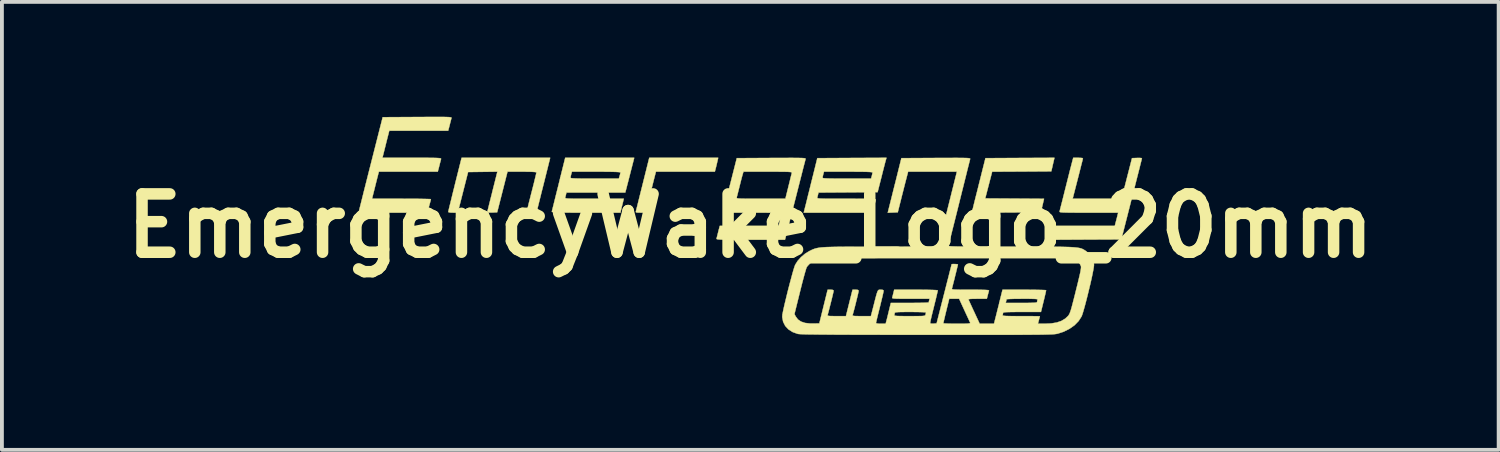
<source format=kicad_pcb>
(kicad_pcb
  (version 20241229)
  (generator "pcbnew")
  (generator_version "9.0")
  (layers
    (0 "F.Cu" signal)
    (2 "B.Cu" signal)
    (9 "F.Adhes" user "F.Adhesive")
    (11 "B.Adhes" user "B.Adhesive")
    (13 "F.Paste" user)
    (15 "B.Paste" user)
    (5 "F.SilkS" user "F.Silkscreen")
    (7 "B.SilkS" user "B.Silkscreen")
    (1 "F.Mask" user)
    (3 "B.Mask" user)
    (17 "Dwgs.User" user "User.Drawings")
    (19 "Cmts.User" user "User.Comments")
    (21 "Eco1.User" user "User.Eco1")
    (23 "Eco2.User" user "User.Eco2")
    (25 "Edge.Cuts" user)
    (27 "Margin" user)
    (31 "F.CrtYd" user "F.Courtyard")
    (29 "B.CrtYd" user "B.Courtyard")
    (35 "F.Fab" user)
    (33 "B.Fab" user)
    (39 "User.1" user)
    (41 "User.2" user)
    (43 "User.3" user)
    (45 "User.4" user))
  (footprint "EmergencyWake_Logo_20mm"
    (layer "F.Cu")
    (at 16.554 2.851)
    (property "Reference" "EmergencyWake_Logo_20mm" (at 0 0 0) (layer "F.SilkS") (effects (font (size 1.524 1.524) (thickness 0.3))))
    (attr through_hole)
    (fp_poly (pts (xy 7.937 -1.737) (xy 7.928 -1.7) (xy 7.914 -1.64) (xy 7.897 -1.568) (xy 7.896 -1.56) (xy 7.864 -1.424) (xy 7.091 -1.419) (xy 6.319 -1.415) (xy 6.138 -0.717) (xy 7.675 -0.707) (xy 7.665 -0.667) (xy 7.656 -0.629) (xy 7.642 -0.569) (xy 7.625 -0.498) (xy 7.623 -0.49) (xy 7.592 -0.354) (xy 6.689 -0.349) (xy 5.787 -0.344) (xy 5.799 -0.394) (xy 5.807 -0.423) (xy 5.822 -0.483) (xy 5.843 -0.569) (xy 5.87 -0.678) (xy 5.902 -0.805) (xy 5.938 -0.946) (xy 5.975 -1.096) (xy 5.978 -1.107) (xy 6.144 -1.769) (xy 7.045 -1.774) (xy 7.947 -1.778) (xy 7.937 -1.737)) (stroke (width 0.01) (type solid)) (fill yes) (layer "F.SilkS"))
    (fp_poly (pts (xy -0.865 -1.665) (xy -0.882 -1.592) (xy -0.899 -1.522) (xy -0.909 -1.483) (xy -0.927 -1.415) (xy -2.466 -1.415) (xy -2.484 -1.347) (xy -2.493 -1.311) (xy -2.51 -1.245) (xy -2.533 -1.156) (xy -2.56 -1.048) (xy -2.59 -0.929) (xy -2.612 -0.844) (xy -2.643 -0.722) (xy -2.672 -0.611) (xy -2.696 -0.515) (xy -2.715 -0.441) (xy -2.728 -0.392) (xy -2.732 -0.376) (xy -2.744 -0.359) (xy -2.77 -0.35) (xy -2.818 -0.345) (xy -2.87 -0.345) (xy -2.937 -0.346) (xy -2.974 -0.35) (xy -2.99 -0.359) (xy -2.99 -0.376) (xy -2.99 -0.376) (xy -2.984 -0.401) (xy -2.97 -0.456) (xy -2.949 -0.539) (xy -2.923 -0.644) (xy -2.892 -0.769) (xy -2.857 -0.909) (xy -2.819 -1.06) (xy -2.811 -1.093) (xy -2.64 -1.778) (xy -0.839 -1.778) (xy -0.865 -1.665)) (stroke (width 0.01) (type solid)) (fill yes) (layer "F.SilkS"))
    (fp_poly (pts (xy -5.391 -1.129) (xy -5.429 -0.979) (xy -5.465 -0.837) (xy -5.497 -0.708) (xy -5.525 -0.596) (xy -5.547 -0.507) (xy -5.563 -0.444) (xy -5.571 -0.413) (xy -5.589 -0.345) (xy -5.716 -0.345) (xy -5.784 -0.347) (xy -5.828 -0.354) (xy -5.842 -0.364) (xy -5.838 -0.386) (xy -5.825 -0.438) (xy -5.806 -0.516) (xy -5.782 -0.615) (xy -5.752 -0.731) (xy -5.72 -0.859) (xy -5.715 -0.877) (xy -5.682 -1.006) (xy -5.652 -1.124) (xy -5.627 -1.227) (xy -5.607 -1.309) (xy -5.594 -1.366) (xy -5.588 -1.393) (xy -5.588 -1.394) (xy -5.598 -1.401) (xy -5.632 -1.407) (xy -5.691 -1.411) (xy -5.779 -1.414) (xy -5.899 -1.415) (xy -5.966 -1.415) (xy -6.344 -1.415) (xy -6.479 -0.884) (xy -6.614 -0.354) (xy -6.745 -0.348) (xy -6.809 -0.347) (xy -6.855 -0.346) (xy -6.875 -0.348) (xy -6.876 -0.348) (xy -6.871 -0.367) (xy -6.859 -0.416) (xy -6.84 -0.491) (xy -6.816 -0.589) (xy -6.787 -0.705) (xy -6.754 -0.834) (xy -6.742 -0.885) (xy -6.608 -1.416) (xy -6.991 -1.411) (xy -7.374 -1.406) (xy -7.509 -0.875) (xy -7.644 -0.345) (xy -7.768 -0.345) (xy -7.833 -0.347) (xy -7.877 -0.354) (xy -7.892 -0.363) (xy -7.888 -0.384) (xy -7.876 -0.437) (xy -7.857 -0.516) (xy -7.831 -0.62) (xy -7.801 -0.743) (xy -7.767 -0.882) (xy -7.729 -1.033) (xy -7.718 -1.08) (xy -7.543 -1.778) (xy -5.229 -1.778) (xy -5.391 -1.129)) (stroke (width 0.01) (type solid)) (fill yes) (layer "F.SilkS"))
    (fp_poly (pts (xy 8.627 -1.776) (xy 8.672 -1.772) (xy 8.69 -1.765) (xy 8.69 -1.764) (xy 8.686 -1.744) (xy 8.674 -1.693) (xy 8.654 -1.616) (xy 8.629 -1.517) (xy 8.6 -1.401) (xy 8.567 -1.271) (xy 8.556 -1.229) (xy 8.422 -0.708) (xy 9.701 -0.708) (xy 9.837 -1.238) (xy 9.973 -1.769) (xy 10.103 -1.774) (xy 10.166 -1.775) (xy 10.212 -1.772) (xy 10.232 -1.766) (xy 10.232 -1.765) (xy 10.227 -1.745) (xy 10.215 -1.694) (xy 10.194 -1.613) (xy 10.168 -1.506) (xy 10.135 -1.377) (xy 10.097 -1.228) (xy 10.055 -1.062) (xy 10.01 -0.883) (xy 9.962 -0.699) (xy 9.694 0.354) (xy 8.795 0.358) (xy 7.896 0.363) (xy 7.987 0) (xy 9.524 0) (xy 9.541 -0.068) (xy 9.556 -0.125) (xy 9.575 -0.197) (xy 9.586 -0.24) (xy 9.612 -0.345) (xy 8.842 -0.345) (xy 8.654 -0.345) (xy 8.5 -0.345) (xy 8.375 -0.346) (xy 8.278 -0.347) (xy 8.204 -0.349) (xy 8.151 -0.351) (xy 8.115 -0.355) (xy 8.093 -0.359) (xy 8.082 -0.365) (xy 8.08 -0.372) (xy 8.081 -0.376) (xy 8.087 -0.401) (xy 8.101 -0.457) (xy 8.122 -0.539) (xy 8.149 -0.643) (xy 8.18 -0.766) (xy 8.214 -0.903) (xy 8.245 -1.025) (xy 8.282 -1.172) (xy 8.317 -1.311) (xy 8.348 -1.436) (xy 8.376 -1.543) (xy 8.398 -1.628) (xy 8.413 -1.686) (xy 8.419 -1.71) (xy 8.438 -1.778) (xy 8.564 -1.778) (xy 8.627 -1.776)) (stroke (width 0.01) (type solid)) (fill yes) (layer "F.SilkS"))
    (fp_poly (pts (xy -3.131 -1.396) (xy -3.161 -1.278) (xy -3.189 -1.169) (xy -3.214 -1.074) (xy -3.233 -0.999) (xy -3.246 -0.95) (xy -3.248 -0.942) (xy -3.267 -0.871) (xy -4.804 -0.871) (xy -4.816 -0.821) (xy -4.828 -0.772) (xy -4.837 -0.739) (xy -4.838 -0.732) (xy -4.832 -0.725) (xy -4.818 -0.72) (xy -4.791 -0.716) (xy -4.748 -0.713) (xy -4.687 -0.711) (xy -4.605 -0.709) (xy -4.497 -0.708) (xy -4.361 -0.708) (xy -4.194 -0.708) (xy -4.076 -0.708) (xy -3.306 -0.708) (xy -3.338 -0.576) (xy -3.356 -0.504) (xy -3.372 -0.439) (xy -3.382 -0.396) (xy -3.382 -0.395) (xy -3.393 -0.345) (xy -4.293 -0.345) (xy -4.497 -0.345) (xy -4.668 -0.345) (xy -4.808 -0.346) (xy -4.921 -0.346) (xy -5.009 -0.348) (xy -5.075 -0.35) (xy -5.123 -0.353) (xy -5.155 -0.356) (xy -5.174 -0.361) (xy -5.183 -0.366) (xy -5.186 -0.373) (xy -5.185 -0.376) (xy -5.179 -0.401) (xy -5.165 -0.456) (xy -5.144 -0.539) (xy -5.118 -0.644) (xy -5.087 -0.769) (xy -5.052 -0.909) (xy -5.014 -1.06) (xy -5.006 -1.093) (xy -4.966 -1.256) (xy -4.699 -1.256) (xy -4.691 -1.25) (xy -4.667 -1.245) (xy -4.622 -1.241) (xy -4.555 -1.238) (xy -4.462 -1.236) (xy -4.34 -1.234) (xy -4.187 -1.234) (xy -4.067 -1.234) (xy -3.435 -1.234) (xy -3.414 -1.304) (xy -3.4 -1.354) (xy -3.393 -1.389) (xy -3.393 -1.395) (xy -3.404 -1.4) (xy -3.439 -1.405) (xy -3.501 -1.409) (xy -3.59 -1.412) (xy -3.71 -1.414) (xy -3.862 -1.415) (xy -4.027 -1.415) (xy -4.661 -1.415) (xy -4.68 -1.347) (xy -4.692 -1.297) (xy -4.699 -1.261) (xy -4.699 -1.256) (xy -4.966 -1.256) (xy -4.836 -1.778) (xy -3.033 -1.778) (xy -3.131 -1.396)) (stroke (width 0.01) (type solid)) (fill yes) (layer "F.SilkS"))
    (fp_poly (pts (xy 3.546 -1.738) (xy 3.538 -1.709) (xy 3.522 -1.651) (xy 3.501 -1.569) (xy 3.475 -1.468) (xy 3.446 -1.354) (xy 3.43 -1.289) (xy 3.326 -0.88) (xy 2.554 -0.875) (xy 1.782 -0.87) (xy 1.77 -0.821) (xy 1.758 -0.772) (xy 1.749 -0.739) (xy 1.748 -0.732) (xy 1.754 -0.725) (xy 1.768 -0.72) (xy 1.795 -0.716) (xy 1.837 -0.713) (xy 1.898 -0.711) (xy 1.981 -0.709) (xy 2.088 -0.708) (xy 2.224 -0.708) (xy 2.39 -0.708) (xy 2.513 -0.708) (xy 2.701 -0.708) (xy 2.855 -0.707) (xy 2.98 -0.707) (xy 3.078 -0.705) (xy 3.152 -0.704) (xy 3.206 -0.701) (xy 3.242 -0.698) (xy 3.264 -0.693) (xy 3.275 -0.688) (xy 3.278 -0.681) (xy 3.277 -0.676) (xy 3.267 -0.638) (xy 3.253 -0.585) (xy 3.25 -0.572) (xy 3.233 -0.504) (xy 3.214 -0.432) (xy 3.212 -0.422) (xy 3.192 -0.345) (xy 1.396 -0.345) (xy 1.409 -0.395) (xy 1.416 -0.423) (xy 1.431 -0.483) (xy 1.453 -0.569) (xy 1.48 -0.678) (xy 1.511 -0.805) (xy 1.547 -0.946) (xy 1.584 -1.097) (xy 1.586 -1.107) (xy 1.624 -1.256) (xy 1.887 -1.256) (xy 1.894 -1.25) (xy 1.919 -1.245) (xy 1.963 -1.241) (xy 2.031 -1.238) (xy 2.124 -1.236) (xy 2.245 -1.235) (xy 2.398 -1.234) (xy 2.521 -1.234) (xy 3.155 -1.234) (xy 3.174 -1.302) (xy 3.186 -1.352) (xy 3.193 -1.388) (xy 3.193 -1.392) (xy 3.186 -1.399) (xy 3.161 -1.404) (xy 3.117 -1.408) (xy 3.049 -1.411) (xy 2.956 -1.413) (xy 2.835 -1.414) (xy 2.682 -1.415) (xy 2.559 -1.415) (xy 1.925 -1.415) (xy 1.906 -1.347) (xy 1.894 -1.297) (xy 1.887 -1.261) (xy 1.887 -1.256) (xy 1.624 -1.256) (xy 1.751 -1.769) (xy 2.655 -1.774) (xy 3.559 -1.778) (xy 3.546 -1.738)) (stroke (width 0.01) (type solid)) (fill yes) (layer "F.SilkS"))
    (fp_poly (pts (xy -8.073 -2.846) (xy -7.985 -2.845) (xy -7.918 -2.843) (xy -7.87 -2.841) (xy -7.838 -2.837) (xy -7.819 -2.833) (xy -7.809 -2.828) (xy -7.807 -2.821) (xy -7.808 -2.817) (xy -7.818 -2.78) (xy -7.832 -2.725) (xy -7.837 -2.708) (xy -7.854 -2.638) (xy -7.872 -2.568) (xy -7.875 -2.558) (xy -7.894 -2.486) (xy -9.433 -2.486) (xy -9.451 -2.418) (xy -9.461 -2.377) (xy -9.479 -2.308) (xy -9.501 -2.221) (xy -9.526 -2.121) (xy -9.54 -2.064) (xy -9.612 -1.778) (xy -8.841 -1.778) (xy -8.654 -1.778) (xy -8.5 -1.778) (xy -8.375 -1.777) (xy -8.278 -1.776) (xy -8.204 -1.774) (xy -8.151 -1.771) (xy -8.115 -1.768) (xy -8.093 -1.764) (xy -8.082 -1.758) (xy -8.079 -1.751) (xy -8.08 -1.746) (xy -8.09 -1.709) (xy -8.104 -1.655) (xy -8.109 -1.637) (xy -8.126 -1.568) (xy -8.144 -1.497) (xy -8.147 -1.488) (xy -8.166 -1.415) (xy -9.705 -1.415) (xy -9.723 -1.347) (xy -9.733 -1.306) (xy -9.751 -1.238) (xy -9.773 -1.15) (xy -9.798 -1.051) (xy -9.812 -0.993) (xy -9.884 -0.708) (xy -9.115 -0.708) (xy -8.952 -0.707) (xy -8.8 -0.707) (xy -8.665 -0.706) (xy -8.548 -0.704) (xy -8.455 -0.702) (xy -8.388 -0.7) (xy -8.351 -0.698) (xy -8.346 -0.697) (xy -8.35 -0.675) (xy -8.362 -0.629) (xy -8.372 -0.592) (xy -8.392 -0.52) (xy -8.411 -0.447) (xy -8.418 -0.422) (xy -8.438 -0.345) (xy -9.335 -0.345) (xy -9.512 -0.345) (xy -9.677 -0.346) (xy -9.827 -0.347) (xy -9.958 -0.349) (xy -10.068 -0.35) (xy -10.152 -0.353) (xy -10.208 -0.355) (xy -10.231 -0.358) (xy -10.232 -0.358) (xy -10.227 -0.378) (xy -10.215 -0.429) (xy -10.194 -0.511) (xy -10.167 -0.618) (xy -10.134 -0.75) (xy -10.096 -0.903) (xy -10.053 -1.073) (xy -10.006 -1.259) (xy -9.956 -1.457) (xy -9.918 -1.606) (xy -9.605 -2.839) (xy -8.702 -2.844) (xy -8.498 -2.845) (xy -8.327 -2.846) (xy -8.186 -2.846) (xy -8.073 -2.846)) (stroke (width 0.01) (type solid)) (fill yes) (layer "F.SilkS"))
    (fp_poly (pts (xy 1.179 -1.775) (xy 1.268 -1.774) (xy 1.335 -1.773) (xy 1.383 -1.77) (xy 1.415 -1.767) (xy 1.434 -1.762) (xy 1.443 -1.757) (xy 1.445 -1.751) (xy 1.444 -1.746) (xy 1.438 -1.723) (xy 1.424 -1.668) (xy 1.402 -1.585) (xy 1.374 -1.476) (xy 1.341 -1.345) (xy 1.303 -1.196) (xy 1.261 -1.031) (xy 1.216 -0.854) (xy 1.188 -0.744) (xy 1.141 -0.56) (xy 1.097 -0.385) (xy 1.055 -0.223) (xy 1.018 -0.076) (xy 0.986 0.051) (xy 0.959 0.155) (xy 0.939 0.233) (xy 0.927 0.282) (xy 0.924 0.295) (xy 0.906 0.363) (xy 0.007 0.363) (xy -0.197 0.363) (xy -0.367 0.363) (xy -0.507 0.362) (xy -0.62 0.361) (xy -0.708 0.36) (xy -0.774 0.358) (xy -0.822 0.355) (xy -0.853 0.351) (xy -0.872 0.347) (xy -0.881 0.341) (xy -0.883 0.335) (xy -0.882 0.331) (xy -0.872 0.293) (xy -0.858 0.24) (xy -0.855 0.227) (xy -0.838 0.159) (xy -0.82 0.087) (xy -0.817 0.077) (xy -0.797 0) (xy 0.739 0) (xy 0.778 -0.154) (xy 0.795 -0.225) (xy 0.809 -0.284) (xy 0.816 -0.32) (xy 0.816 -0.326) (xy 0.799 -0.331) (xy 0.748 -0.336) (xy 0.662 -0.339) (xy 0.541 -0.342) (xy 0.385 -0.344) (xy 0.193 -0.345) (xy 0.053 -0.345) (xy -0.71 -0.345) (xy -0.699 -0.395) (xy -0.693 -0.423) (xy -0.678 -0.483) (xy -0.656 -0.569) (xy -0.629 -0.677) (xy -0.616 -0.731) (xy -0.356 -0.731) (xy -0.351 -0.724) (xy -0.335 -0.719) (xy -0.306 -0.715) (xy -0.26 -0.712) (xy -0.194 -0.71) (xy -0.104 -0.709) (xy 0.013 -0.708) (xy 0.161 -0.708) (xy 0.276 -0.708) (xy 0.917 -0.708) (xy 0.997 -1.03) (xy 1.023 -1.134) (xy 1.046 -1.229) (xy 1.065 -1.306) (xy 1.079 -1.36) (xy 1.085 -1.383) (xy 1.085 -1.392) (xy 1.079 -1.399) (xy 1.063 -1.404) (xy 1.033 -1.408) (xy 0.987 -1.411) (xy 0.92 -1.413) (xy 0.829 -1.414) (xy 0.712 -1.415) (xy 0.563 -1.415) (xy 0.457 -1.415) (xy -0.179 -1.415) (xy -0.197 -1.356) (xy -0.208 -1.318) (xy -0.226 -1.252) (xy -0.248 -1.167) (xy -0.272 -1.071) (xy -0.281 -1.034) (xy -0.305 -0.939) (xy -0.326 -0.855) (xy -0.343 -0.789) (xy -0.354 -0.748) (xy -0.356 -0.739) (xy -0.356 -0.731) (xy -0.616 -0.731) (xy -0.597 -0.804) (xy -0.562 -0.945) (xy -0.524 -1.096) (xy -0.521 -1.107) (xy -0.353 -1.769) (xy 0.55 -1.774) (xy 0.755 -1.775) (xy 0.926 -1.775) (xy 1.066 -1.776) (xy 1.179 -1.775)) (stroke (width 0.01) (type solid)) (fill yes) (layer "F.SilkS"))
    (fp_poly (pts (xy 5.48 -1.775) (xy 5.568 -1.774) (xy 5.635 -1.773) (xy 5.683 -1.77) (xy 5.715 -1.767) (xy 5.734 -1.762) (xy 5.743 -1.757) (xy 5.745 -1.751) (xy 5.744 -1.746) (xy 5.738 -1.724) (xy 5.724 -1.669) (xy 5.703 -1.585) (xy 5.675 -1.475) (xy 5.642 -1.342) (xy 5.604 -1.19) (xy 5.562 -1.021) (xy 5.516 -0.838) (xy 5.468 -0.645) (xy 5.461 -0.617) (xy 5.413 -0.423) (xy 5.367 -0.239) (xy 5.324 -0.067) (xy 5.285 0.087) (xy 5.251 0.223) (xy 5.223 0.336) (xy 5.2 0.424) (xy 5.185 0.484) (xy 5.178 0.511) (xy 5.178 0.513) (xy 5.178 0.518) (xy 5.182 0.523) (xy 5.193 0.527) (xy 5.213 0.531) (xy 5.244 0.534) (xy 5.288 0.536) (xy 5.347 0.538) (xy 5.425 0.54) (xy 5.521 0.541) (xy 5.64 0.542) (xy 5.783 0.543) (xy 5.952 0.544) (xy 6.149 0.544) (xy 6.377 0.544) (xy 6.638 0.544) (xy 6.817 0.544) (xy 7.11 0.544) (xy 7.369 0.544) (xy 7.597 0.545) (xy 7.795 0.545) (xy 7.966 0.546) (xy 8.113 0.548) (xy 8.237 0.551) (xy 8.341 0.554) (xy 8.427 0.559) (xy 8.498 0.565) (xy 8.556 0.572) (xy 8.603 0.58) (xy 8.642 0.59) (xy 8.674 0.602) (xy 8.702 0.616) (xy 8.729 0.632) (xy 8.757 0.65) (xy 8.776 0.663) (xy 8.874 0.747) (xy 8.941 0.847) (xy 8.976 0.962) (xy 8.98 1.025) (xy 8.975 1.073) (xy 8.962 1.15) (xy 8.942 1.252) (xy 8.917 1.372) (xy 8.887 1.505) (xy 8.853 1.645) (xy 8.819 1.787) (xy 8.784 1.926) (xy 8.75 2.056) (xy 8.718 2.172) (xy 8.69 2.267) (xy 8.667 2.337) (xy 8.654 2.369) (xy 8.577 2.488) (xy 8.471 2.597) (xy 8.339 2.69) (xy 8.187 2.766) (xy 8.042 2.813) (xy 8.024 2.818) (xy 8.005 2.822) (xy 7.983 2.825) (xy 7.957 2.829) (xy 7.924 2.831) (xy 7.884 2.834) (xy 7.835 2.836) (xy 7.774 2.838) (xy 7.702 2.84) (xy 7.614 2.842) (xy 7.511 2.843) (xy 7.391 2.844) (xy 7.251 2.845) (xy 7.091 2.846) (xy 6.909 2.846) (xy 6.702 2.847) (xy 6.47 2.847) (xy 6.211 2.847) (xy 5.923 2.847) (xy 5.604 2.847) (xy 5.254 2.847) (xy 4.87 2.847) (xy 4.619 2.847) (xy 4.193 2.847) (xy 3.801 2.846) (xy 3.444 2.846) (xy 3.119 2.845) (xy 2.825 2.845) (xy 2.56 2.844) (xy 2.324 2.843) (xy 2.116 2.842) (xy 1.933 2.84) (xy 1.774 2.839) (xy 1.639 2.837) (xy 1.526 2.836) (xy 1.434 2.834) (xy 1.36 2.831) (xy 1.305 2.829) (xy 1.267 2.826) (xy 1.244 2.823) (xy 1.241 2.823) (xy 1.107 2.775) (xy 0.997 2.705) (xy 0.913 2.615) (xy 0.858 2.507) (xy 0.835 2.386) (xy 0.835 2.363) (xy 0.839 2.322) (xy 0.842 2.307) (xy 1.153 2.307) (xy 1.189 2.372) (xy 1.246 2.448) (xy 1.326 2.502) (xy 1.43 2.537) (xy 1.562 2.552) (xy 1.65 2.553) (xy 1.804 2.549) (xy 1.912 2.109) (xy 2.021 1.669) (xy 2.099 1.669) (xy 2.152 1.673) (xy 2.175 1.687) (xy 2.177 1.695) (xy 2.173 1.719) (xy 2.161 1.771) (xy 2.144 1.843) (xy 2.123 1.93) (xy 2.099 2.025) (xy 2.075 2.119) (xy 2.053 2.207) (xy 2.033 2.281) (xy 2.021 2.327) (xy 2.02 2.34) (xy 2.029 2.348) (xy 2.054 2.354) (xy 2.1 2.357) (xy 2.173 2.358) (xy 2.255 2.359) (xy 2.499 2.359) (xy 2.585 2.014) (xy 2.671 1.669) (xy 2.751 1.669) (xy 2.802 1.672) (xy 2.826 1.684) (xy 2.83 1.7) (xy 2.826 1.725) (xy 2.814 1.778) (xy 2.797 1.851) (xy 2.775 1.939) (xy 2.752 2.034) (xy 2.728 2.128) (xy 2.705 2.215) (xy 2.685 2.287) (xy 2.674 2.327) (xy 2.673 2.34) (xy 2.682 2.348) (xy 2.707 2.354) (xy 2.753 2.357) (xy 2.826 2.358) (xy 2.908 2.359) (xy 3.151 2.359) (xy 3.229 2.055) (xy 3.261 1.929) (xy 3.286 1.834) (xy 3.306 1.765) (xy 3.322 1.719) (xy 3.337 1.69) (xy 3.352 1.675) (xy 3.37 1.67) (xy 3.393 1.669) (xy 3.41 1.669) (xy 3.461 1.673) (xy 3.482 1.688) (xy 3.483 1.697) (xy 3.479 1.722) (xy 3.467 1.777) (xy 3.449 1.856) (xy 3.425 1.954) (xy 3.398 2.065) (xy 3.384 2.123) (xy 3.355 2.238) (xy 3.329 2.342) (xy 3.308 2.429) (xy 3.293 2.494) (xy 3.285 2.532) (xy 3.284 2.539) (xy 3.301 2.549) (xy 3.347 2.556) (xy 3.41 2.558) (xy 3.536 2.558) (xy 3.552 2.499) (xy 3.563 2.458) (xy 3.58 2.392) (xy 3.593 2.339) (xy 3.762 2.339) (xy 3.772 2.346) (xy 3.796 2.351) (xy 3.838 2.355) (xy 3.903 2.357) (xy 3.994 2.358) (xy 4.116 2.359) (xy 4.16 2.359) (xy 4.291 2.358) (xy 4.391 2.358) (xy 4.464 2.357) (xy 4.514 2.354) (xy 4.546 2.349) (xy 4.564 2.343) (xy 4.573 2.333) (xy 4.578 2.321) (xy 4.579 2.318) (xy 4.587 2.28) (xy 4.59 2.263) (xy 4.573 2.259) (xy 4.524 2.256) (xy 4.45 2.253) (xy 4.354 2.251) (xy 4.243 2.25) (xy 4.182 2.25) (xy 4.047 2.25) (xy 3.945 2.251) (xy 3.871 2.253) (xy 3.82 2.257) (xy 3.79 2.262) (xy 3.776 2.269) (xy 3.774 2.275) (xy 3.767 2.315) (xy 3.763 2.33) (xy 3.762 2.339) (xy 3.593 2.339) (xy 3.6 2.309) (xy 3.62 2.227) (xy 3.672 2.014) (xy 4.168 2.014) (xy 4.297 2.013) (xy 4.414 2.012) (xy 4.514 2.01) (xy 4.592 2.007) (xy 4.643 2.004) (xy 4.663 2.001) (xy 4.663 2) (xy 4.667 1.973) (xy 4.674 1.946) (xy 4.685 1.905) (xy 4.192 1.905) (xy 4.045 1.905) (xy 3.931 1.904) (xy 3.845 1.903) (xy 3.784 1.901) (xy 3.744 1.897) (xy 3.72 1.893) (xy 3.709 1.886) (xy 3.707 1.878) (xy 3.708 1.873) (xy 3.718 1.837) (xy 3.732 1.782) (xy 3.739 1.755) (xy 3.76 1.669) (xy 4.329 1.669) (xy 4.514 1.67) (xy 4.663 1.672) (xy 4.775 1.675) (xy 4.852 1.679) (xy 4.892 1.684) (xy 4.899 1.688) (xy 4.894 1.71) (xy 4.882 1.762) (xy 4.864 1.839) (xy 4.841 1.936) (xy 4.813 2.046) (xy 4.799 2.105) (xy 4.77 2.221) (xy 4.744 2.326) (xy 4.723 2.415) (xy 4.708 2.483) (xy 4.7 2.523) (xy 4.699 2.531) (xy 4.706 2.549) (xy 4.734 2.556) (xy 4.783 2.555) (xy 4.868 2.549) (xy 4.869 2.545) (xy 5.043 2.545) (xy 5.061 2.549) (xy 5.109 2.552) (xy 5.182 2.555) (xy 5.276 2.557) (xy 5.383 2.558) (xy 5.399 2.558) (xy 5.526 2.558) (xy 5.62 2.556) (xy 5.686 2.553) (xy 5.726 2.548) (xy 5.744 2.542) (xy 5.746 2.535) (xy 5.736 2.512) (xy 5.713 2.462) (xy 5.68 2.39) (xy 5.639 2.302) (xy 5.596 2.209) (xy 5.456 1.905) (xy 5.197 1.905) (xy 5.12 2.218) (xy 5.095 2.32) (xy 5.074 2.409) (xy 5.057 2.481) (xy 5.046 2.528) (xy 5.043 2.545) (xy 4.869 2.545) (xy 5.064 1.778) (xy 5.105 1.617) (xy 5.143 1.467) (xy 5.178 1.332) (xy 5.207 1.215) (xy 5.231 1.121) (xy 5.249 1.051) (xy 5.259 1.011) (xy 5.261 1.002) (xy 5.277 0.999) (xy 5.316 0.997) (xy 5.362 0.999) (xy 5.403 1.002) (xy 5.424 1.007) (xy 5.425 1.008) (xy 5.421 1.027) (xy 5.409 1.075) (xy 5.392 1.145) (xy 5.372 1.228) (xy 5.349 1.319) (xy 5.327 1.41) (xy 5.305 1.495) (xy 5.287 1.566) (xy 5.274 1.617) (xy 5.268 1.637) (xy 5.268 1.647) (xy 5.274 1.654) (xy 5.292 1.66) (xy 5.325 1.664) (xy 5.376 1.666) (xy 5.451 1.668) (xy 5.553 1.669) (xy 5.685 1.669) (xy 5.752 1.669) (xy 5.904 1.669) (xy 6.023 1.671) (xy 6.113 1.673) (xy 6.175 1.676) (xy 6.215 1.68) (xy 6.234 1.686) (xy 6.237 1.692) (xy 6.228 1.721) (xy 6.214 1.773) (xy 6.204 1.81) (xy 6.18 1.905) (xy 5.936 1.905) (xy 5.834 1.906) (xy 5.764 1.908) (xy 5.722 1.913) (xy 5.703 1.921) (xy 5.702 1.928) (xy 5.712 1.951) (xy 5.735 2.001) (xy 5.768 2.073) (xy 5.808 2.161) (xy 5.852 2.254) (xy 5.993 2.558) (xy 6.367 2.558) (xy 6.385 2.49) (xy 6.394 2.452) (xy 6.411 2.386) (xy 6.434 2.296) (xy 6.46 2.191) (xy 6.489 2.077) (xy 6.497 2.046) (xy 6.504 2.014) (xy 6.672 2.014) (xy 7.083 2.014) (xy 7.218 2.014) (xy 7.32 2.012) (xy 7.395 2.01) (xy 7.446 2.007) (xy 7.476 2.001) (xy 7.49 1.995) (xy 7.493 1.988) (xy 7.499 1.948) (xy 7.504 1.934) (xy 7.504 1.924) (xy 7.495 1.917) (xy 7.471 1.912) (xy 7.429 1.909) (xy 7.364 1.907) (xy 7.273 1.905) (xy 7.151 1.905) (xy 7.105 1.905) (xy 6.987 1.906) (xy 6.883 1.907) (xy 6.797 1.91) (xy 6.734 1.913) (xy 6.699 1.917) (xy 6.694 1.919) (xy 6.69 1.945) (xy 6.683 1.973) (xy 6.672 2.014) (xy 6.504 2.014) (xy 6.59 1.669) (xy 7.16 1.669) (xy 7.299 1.67) (xy 7.426 1.671) (xy 7.537 1.673) (xy 7.626 1.675) (xy 7.69 1.678) (xy 7.725 1.681) (xy 7.729 1.683) (xy 7.725 1.704) (xy 7.714 1.755) (xy 7.697 1.827) (xy 7.676 1.916) (xy 7.662 1.973) (xy 7.594 2.25) (xy 7.099 2.25) (xy 6.949 2.25) (xy 6.832 2.251) (xy 6.744 2.253) (xy 6.681 2.255) (xy 6.639 2.259) (xy 6.615 2.265) (xy 6.605 2.272) (xy 6.604 2.275) (xy 6.598 2.315) (xy 6.593 2.33) (xy 6.593 2.338) (xy 6.602 2.345) (xy 6.624 2.35) (xy 6.663 2.354) (xy 6.723 2.356) (xy 6.808 2.358) (xy 6.921 2.358) (xy 7.067 2.359) (xy 7.074 2.359) (xy 7.203 2.359) (xy 7.32 2.359) (xy 7.419 2.36) (xy 7.496 2.361) (xy 7.546 2.362) (xy 7.565 2.363) (xy 7.565 2.363) (xy 7.561 2.382) (xy 7.55 2.424) (xy 7.54 2.463) (xy 7.514 2.558) (xy 7.682 2.558) (xy 7.859 2.55) (xy 8.007 2.526) (xy 8.129 2.484) (xy 8.23 2.423) (xy 8.294 2.363) (xy 8.312 2.343) (xy 8.327 2.32) (xy 8.342 2.292) (xy 8.357 2.254) (xy 8.375 2.202) (xy 8.395 2.133) (xy 8.419 2.042) (xy 8.449 1.926) (xy 8.486 1.781) (xy 8.507 1.695) (xy 8.548 1.531) (xy 8.58 1.398) (xy 8.605 1.293) (xy 8.623 1.212) (xy 8.634 1.152) (xy 8.64 1.107) (xy 8.642 1.076) (xy 8.639 1.054) (xy 8.636 1.043) (xy 8.6 0.976) (xy 8.546 0.922) (xy 8.482 0.883) (xy 8.409 0.844) (xy 5.125 0.844) (xy 4.719 0.844) (xy 4.348 0.844) (xy 4.01 0.844) (xy 3.703 0.844) (xy 3.426 0.844) (xy 3.178 0.845) (xy 2.956 0.845) (xy 2.759 0.846) (xy 2.586 0.846) (xy 2.435 0.847) (xy 2.304 0.848) (xy 2.192 0.85) (xy 2.096 0.851) (xy 2.017 0.853) (xy 1.951 0.855) (xy 1.898 0.857) (xy 1.856 0.859) (xy 1.822 0.862) (xy 1.796 0.865) (xy 1.777 0.868) (xy 1.761 0.872) (xy 1.749 0.876) (xy 1.647 0.922) (xy 1.559 0.983) (xy 1.493 1.052) (xy 1.471 1.086) (xy 1.459 1.12) (xy 1.44 1.183) (xy 1.414 1.273) (xy 1.384 1.384) (xy 1.351 1.51) (xy 1.316 1.649) (xy 1.296 1.729) (xy 1.153 2.307) (xy 0.842 2.307) (xy 0.852 2.251) (xy 0.872 2.156) (xy 0.898 2.042) (xy 0.929 1.914) (xy 0.962 1.777) (xy 0.997 1.637) (xy 1.033 1.499) (xy 1.068 1.369) (xy 1.1 1.25) (xy 1.129 1.149) (xy 1.153 1.072) (xy 1.171 1.022) (xy 1.174 1.016) (xy 1.237 0.916) (xy 1.326 0.817) (xy 1.43 0.729) (xy 1.541 0.66) (xy 1.546 0.658) (xy 1.585 0.639) (xy 1.621 0.621) (xy 1.657 0.607) (xy 1.694 0.594) (xy 1.736 0.583) (xy 1.784 0.574) (xy 1.841 0.566) (xy 1.911 0.56) (xy 1.994 0.555) (xy 2.095 0.552) (xy 2.214 0.549) (xy 2.356 0.547) (xy 2.522 0.546) (xy 2.715 0.545) (xy 2.937 0.545) (xy 3.191 0.545) (xy 3.402 0.545) (xy 4.908 0.544) (xy 5.153 -0.435) (xy 5.398 -1.415) (xy 4.123 -1.415) (xy 4.056 -1.157) (xy 4.025 -1.037) (xy 3.99 -0.898) (xy 3.954 -0.758) (xy 3.923 -0.632) (xy 3.921 -0.626) (xy 3.853 -0.354) (xy 3.722 -0.348) (xy 3.591 -0.343) (xy 3.604 -0.394) (xy 3.611 -0.423) (xy 3.626 -0.482) (xy 3.648 -0.569) (xy 3.675 -0.677) (xy 3.707 -0.805) (xy 3.742 -0.946) (xy 3.78 -1.097) (xy 3.783 -1.107) (xy 3.948 -1.769) (xy 4.851 -1.774) (xy 5.055 -1.775) (xy 5.226 -1.775) (xy 5.367 -1.776) (xy 5.48 -1.775)) (stroke (width 0.01) (type solid)) (fill yes) (layer "F.SilkS")))
  (gr_rect
    (start -3 -3)
    (end 36.107 8.703)
    (stroke (width 0.1) (type default))
    (fill no)
    (layer "Edge.Cuts")))
</source>
